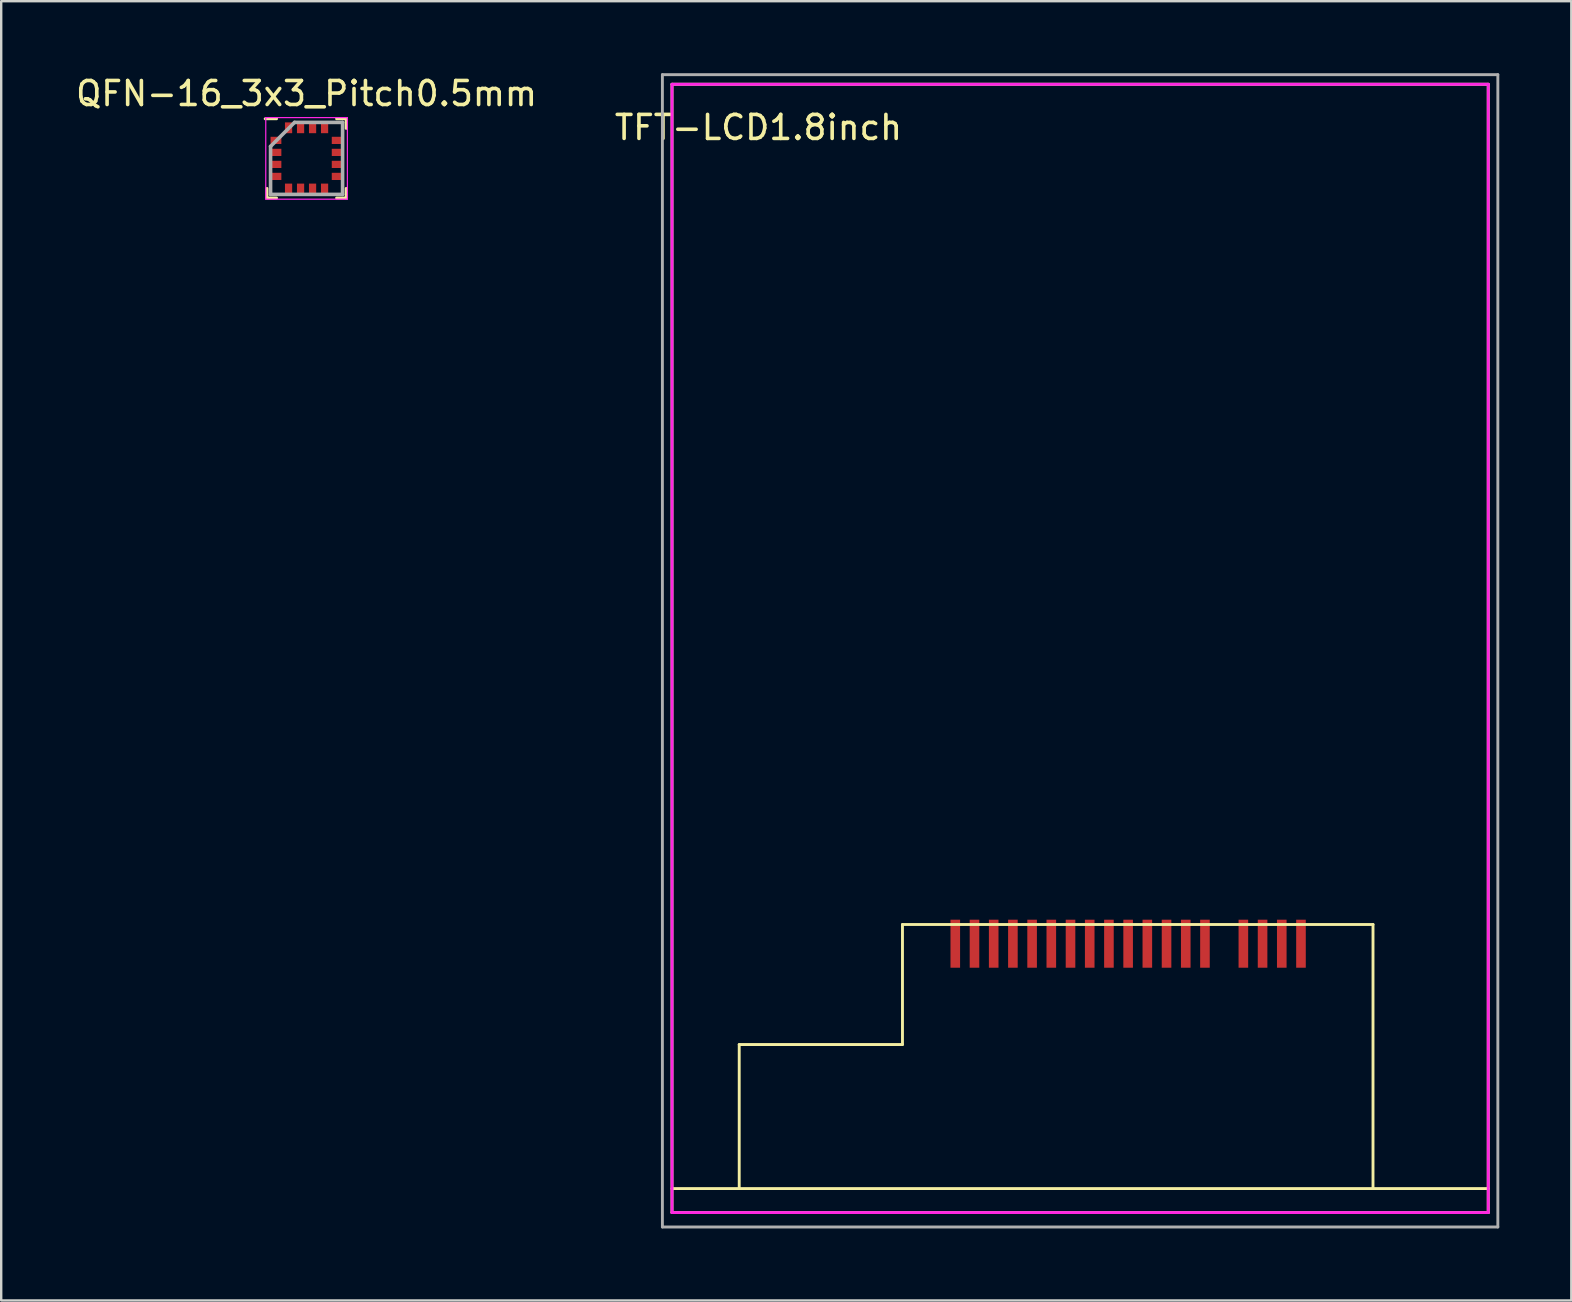
<source format=kicad_pcb>
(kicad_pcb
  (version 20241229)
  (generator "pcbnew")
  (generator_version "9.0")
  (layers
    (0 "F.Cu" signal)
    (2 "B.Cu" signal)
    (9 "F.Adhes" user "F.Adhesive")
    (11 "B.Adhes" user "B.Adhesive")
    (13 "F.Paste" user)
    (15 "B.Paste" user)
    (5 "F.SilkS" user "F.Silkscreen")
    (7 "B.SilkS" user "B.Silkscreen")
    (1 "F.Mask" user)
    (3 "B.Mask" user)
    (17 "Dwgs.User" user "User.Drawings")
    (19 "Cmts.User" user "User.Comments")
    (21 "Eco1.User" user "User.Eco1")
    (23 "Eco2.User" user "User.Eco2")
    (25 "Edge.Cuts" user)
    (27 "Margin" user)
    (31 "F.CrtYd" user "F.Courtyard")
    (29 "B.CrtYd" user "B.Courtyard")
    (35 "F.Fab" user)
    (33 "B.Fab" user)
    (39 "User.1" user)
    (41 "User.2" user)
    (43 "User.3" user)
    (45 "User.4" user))
  (footprint "QFN-16_3x3_Pitch0.5mm"
    (layer "F.Cu")
    (at 9.72 3.548)
    (property "Reference" "QFN-16_3x3_Pitch0.5mm" (at 0 -2.7 0) (layer "F.SilkS") (effects (font (size 1 1) (thickness 0.15))))
    (attr through_hole)
    (fp_line (start -1.65 1.65) (end -1.65 1.25) (stroke (width 0.12) (type solid)) (layer "F.SilkS"))
    (fp_line (start -1.25 -1.65) (end -1.725 -1.65) (stroke (width 0.12) (type solid)) (layer "F.SilkS"))
    (fp_line (start -1.25 1.65) (end -1.65 1.65) (stroke (width 0.12) (type solid)) (layer "F.SilkS"))
    (fp_line (start 1.25 -1.65) (end 1.65 -1.65) (stroke (width 0.12) (type solid)) (layer "F.SilkS"))
    (fp_line (start 1.25 1.65) (end 1.65 1.65) (stroke (width 0.12) (type solid)) (layer "F.SilkS"))
    (fp_line (start 1.65 -1.65) (end 1.65 -1.25) (stroke (width 0.12) (type solid)) (layer "F.SilkS"))
    (fp_line (start 1.65 1.65) (end 1.65 1.25) (stroke (width 0.12) (type solid)) (layer "F.SilkS"))
    (fp_line (start -1.7 -1.7) (end 1.7 -1.7) (stroke (width 0.05) (type solid)) (layer "F.CrtYd"))
    (fp_line (start -1.7 1.7) (end -1.7 -1.7) (stroke (width 0.05) (type solid)) (layer "F.CrtYd"))
    (fp_line (start 1.7 -1.7) (end 1.7 1.7) (stroke (width 0.05) (type solid)) (layer "F.CrtYd"))
    (fp_line (start 1.7 1.7) (end -1.7 1.7) (stroke (width 0.05) (type solid)) (layer "F.CrtYd"))
    (fp_line (start -1.5 -0.5) (end -1.5 1.5) (stroke (width 0.15) (type solid)) (layer "F.Fab"))
    (fp_line (start -1.5 1.5) (end 1.5 1.5) (stroke (width 0.15) (type solid)) (layer "F.Fab"))
    (fp_line (start -0.5 -1.5) (end -1.5 -0.5) (stroke (width 0.15) (type solid)) (layer "F.Fab"))
    (fp_line (start 1.5 -1.5) (end -0.5 -1.5) (stroke (width 0.15) (type solid)) (layer "F.Fab"))
    (fp_line (start 1.5 1.5) (end 1.5 -1.5) (stroke (width 0.15) (type solid)) (layer "F.Fab"))
    (pad "1" smd rect (at -1.275 -0.75 90) (size 0.3 0.45) (layers "F.Cu" "F.Mask" "F.Paste"))
    (pad "2" smd rect (at -1.275 -0.25 90) (size 0.3 0.45) (layers "F.Cu" "F.Mask" "F.Paste"))
    (pad "3" smd rect (at -1.275 0.25 90) (size 0.3 0.45) (layers "F.Cu" "F.Mask" "F.Paste"))
    (pad "4" smd rect (at -1.275 0.75 90) (size 0.3 0.45) (layers "F.Cu" "F.Mask" "F.Paste"))
    (pad "5" smd rect (at -0.75 1.275) (size 0.3 0.45) (layers "F.Cu" "F.Mask" "F.Paste"))
    (pad "6" smd rect (at -0.25 1.275) (size 0.3 0.45) (layers "F.Cu" "F.Mask" "F.Paste"))
    (pad "7" smd rect (at 0.25 1.275) (size 0.3 0.45) (layers "F.Cu" "F.Mask" "F.Paste"))
    (pad "8" smd rect (at 0.75 1.275) (size 0.3 0.45) (layers "F.Cu" "F.Mask" "F.Paste"))
    (pad "9" smd rect (at 1.275 0.75 90) (size 0.3 0.45) (layers "F.Cu" "F.Mask" "F.Paste"))
    (pad "10" smd rect (at 1.275 0.25 90) (size 0.3 0.45) (layers "F.Cu" "F.Mask" "F.Paste"))
    (pad "11" smd rect (at 1.275 -0.25 90) (size 0.3 0.45) (layers "F.Cu" "F.Mask" "F.Paste"))
    (pad "12" smd rect (at 1.275 -0.75 90) (size 0.3 0.45) (layers "F.Cu" "F.Mask" "F.Paste"))
    (pad "13" smd rect (at 0.75 -1.275) (size 0.3 0.45) (layers "F.Cu" "F.Mask" "F.Paste"))
    (pad "14" smd rect (at 0.25 -1.275) (size 0.3 0.45) (layers "F.Cu" "F.Mask" "F.Paste"))
    (pad "15" smd rect (at -0.25 -1.275) (size 0.3 0.45) (layers "F.Cu" "F.Mask" "F.Paste"))
    (pad "16" smd rect (at -0.75 -1.275) (size 0.3 0.45) (layers "F.Cu" "F.Mask" "F.Paste")))
  (footprint "TFT-LCD1.8inch"
    (layer "F.Cu")
    (at 24.942 47.66)
    (property "Reference" "TFT-LCD1.8inch" (at 3.6 -45.4 0) (layer "F.SilkS") (effects (font (size 1 1) (thickness 0.15))))
    (attr through_hole)
    (fp_line (start 0 -47.2) (end 34 -47.2) (stroke (width 0.12) (type solid)) (layer "F.SilkS"))
    (fp_line (start 0 -0.2) (end 0 -47.2) (stroke (width 0.12) (type solid)) (layer "F.SilkS"))
    (fp_line (start 0 -0.2) (end 34 -0.2) (stroke (width 0.12) (type solid)) (layer "F.SilkS"))
    (fp_line (start 2.8 -7.2) (end 9.6 -7.2) (stroke (width 0.12) (type solid)) (layer "F.SilkS"))
    (fp_line (start 2.8 -1.2) (end 2.8 -7.2) (stroke (width 0.12) (type solid)) (layer "F.SilkS"))
    (fp_line (start 9.6 -12.2) (end 29.2 -12.2) (stroke (width 0.12) (type solid)) (layer "F.SilkS"))
    (fp_line (start 9.6 -7.2) (end 9.6 -12.2) (stroke (width 0.12) (type solid)) (layer "F.SilkS"))
    (fp_line (start 29.2 -12.2) (end 29.2 -1.2) (stroke (width 0.12) (type solid)) (layer "F.SilkS"))
    (fp_line (start 34 -47.2) (end 34 -0.2) (stroke (width 0.12) (type solid)) (layer "F.SilkS"))
    (fp_line (start 34 -1.2) (end 0 -1.2) (stroke (width 0.12) (type solid)) (layer "F.SilkS"))
    (fp_line (start 0 -47.2) (end 34 -47.2) (stroke (width 0.12) (type solid)) (layer "F.CrtYd"))
    (fp_line (start 0 -0.2) (end 0 -47.2) (stroke (width 0.12) (type solid)) (layer "F.CrtYd"))
    (fp_line (start 34 -47.2) (end 34 -0.2) (stroke (width 0.12) (type solid)) (layer "F.CrtYd"))
    (fp_line (start 34 -0.2) (end 0 -0.2) (stroke (width 0.12) (type solid)) (layer "F.CrtYd"))
    (fp_line (start -0.4 -47.6) (end 34.4 -47.6) (stroke (width 0.12) (type solid)) (layer "F.Fab"))
    (fp_line (start -0.4 0.4) (end -0.4 -47.6) (stroke (width 0.12) (type solid)) (layer "F.Fab"))
    (fp_line (start 34.4 -47.6) (end 34.4 0.4) (stroke (width 0.12) (type solid)) (layer "F.Fab"))
    (fp_line (start 34.4 0.4) (end -0.4 0.4) (stroke (width 0.12) (type solid)) (layer "F.Fab"))
    (pad "1" smd rect (at 22.2 -11.4) (size 0.4 2) (layers "F.Cu" "F.Mask" "F.Paste"))
    (pad "2" smd rect (at 21.4 -11.4) (size 0.4 2) (layers "F.Cu" "F.Mask" "F.Paste"))
    (pad "3" smd rect (at 20.6 -11.4) (size 0.4 2) (layers "F.Cu" "F.Mask" "F.Paste"))
    (pad "4" smd rect (at 19.8 -11.4) (size 0.4 2) (layers "F.Cu" "F.Mask" "F.Paste"))
    (pad "5" smd rect (at 19 -11.4) (size 0.4 2) (layers "F.Cu" "F.Mask" "F.Paste"))
    (pad "6" smd rect (at 18.2 -11.4) (size 0.4 2) (layers "F.Cu" "F.Mask" "F.Paste"))
    (pad "7" smd rect (at 17.4 -11.4) (size 0.4 2) (layers "F.Cu" "F.Mask" "F.Paste"))
    (pad "8" smd rect (at 16.6 -11.4) (size 0.4 2) (layers "F.Cu" "F.Mask" "F.Paste"))
    (pad "9" smd rect (at 15.8 -11.4) (size 0.4 2) (layers "F.Cu" "F.Mask" "F.Paste"))
    (pad "10" smd rect (at 15 -11.4) (size 0.4 2) (layers "F.Cu" "F.Mask" "F.Paste"))
    (pad "11" smd rect (at 14.2 -11.4) (size 0.4 2) (layers "F.Cu" "F.Mask" "F.Paste"))
    (pad "12" smd rect (at 13.4 -11.4) (size 0.4 2) (layers "F.Cu" "F.Mask" "F.Paste"))
    (pad "13" smd rect (at 12.6 -11.4) (size 0.4 2) (layers "F.Cu" "F.Mask" "F.Paste"))
    (pad "14" smd rect (at 11.8 -11.4) (size 0.4 2) (layers "F.Cu" "F.Mask" "F.Paste"))
    (pad "15" smd rect (at 23.8 -11.4) (size 0.4 2) (layers "F.Cu" "F.Mask" "F.Paste"))
    (pad "16" smd rect (at 24.6 -11.4) (size 0.4 2) (layers "F.Cu" "F.Mask" "F.Paste"))
    (pad "17" smd rect (at 25.4 -11.4) (size 0.4 2) (layers "F.Cu" "F.Mask" "F.Paste"))
    (pad "18" smd rect (at 26.2 -11.4) (size 0.4 2) (layers "F.Cu" "F.Mask" "F.Paste")))
  (gr_rect
    (start -3 -3)
    (end 62.402 51.12)
    (stroke (width 0.1) (type default))
    (fill no)
    (layer "Edge.Cuts")))
</source>
